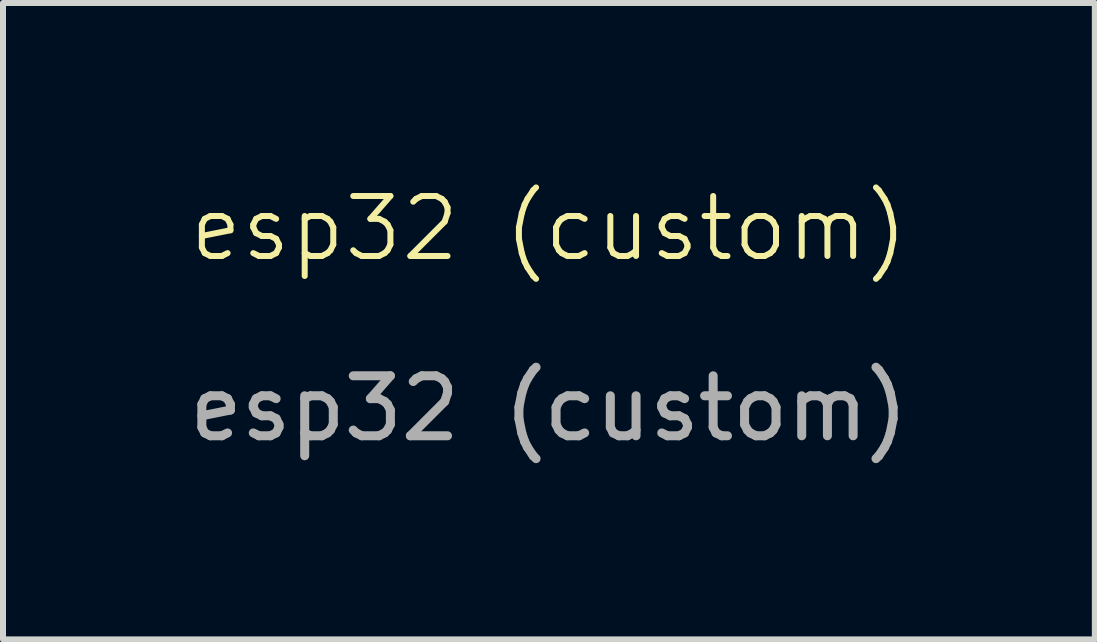
<source format=kicad_pcb>
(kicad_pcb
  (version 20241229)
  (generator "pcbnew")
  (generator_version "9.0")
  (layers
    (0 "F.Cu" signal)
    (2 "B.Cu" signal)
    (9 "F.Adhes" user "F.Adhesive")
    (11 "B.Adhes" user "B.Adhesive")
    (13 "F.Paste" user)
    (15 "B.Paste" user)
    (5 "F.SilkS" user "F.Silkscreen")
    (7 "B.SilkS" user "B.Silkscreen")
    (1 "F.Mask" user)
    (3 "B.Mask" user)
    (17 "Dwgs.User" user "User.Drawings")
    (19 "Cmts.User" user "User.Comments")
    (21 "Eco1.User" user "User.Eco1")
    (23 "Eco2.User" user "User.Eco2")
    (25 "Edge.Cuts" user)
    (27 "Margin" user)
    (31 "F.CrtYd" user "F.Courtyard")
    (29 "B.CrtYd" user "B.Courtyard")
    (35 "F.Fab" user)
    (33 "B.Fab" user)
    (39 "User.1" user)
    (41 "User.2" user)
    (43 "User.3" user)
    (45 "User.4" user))
  (footprint "esp32 (custom)"
    (layer "F.Cu")
    (at 6.101 1.26)
    (property "Reference" "esp32 (custom)" (at 0 -0.5 0) (unlocked yes) (layer "F.SilkS") (effects (font (size 1 1) (thickness 0.1))))
    (attr smd)
    (fp_text user "${REFERENCE}" (at 0 2.5 0) (unlocked yes) (layer "F.Fab") (effects (font (size 1 1) (thickness 0.15)))))
  (gr_rect
    (start -3 -3)
    (end 15.202 7.609)
    (stroke (width 0.1) (type default))
    (fill no)
    (layer "Edge.Cuts")))
</source>
